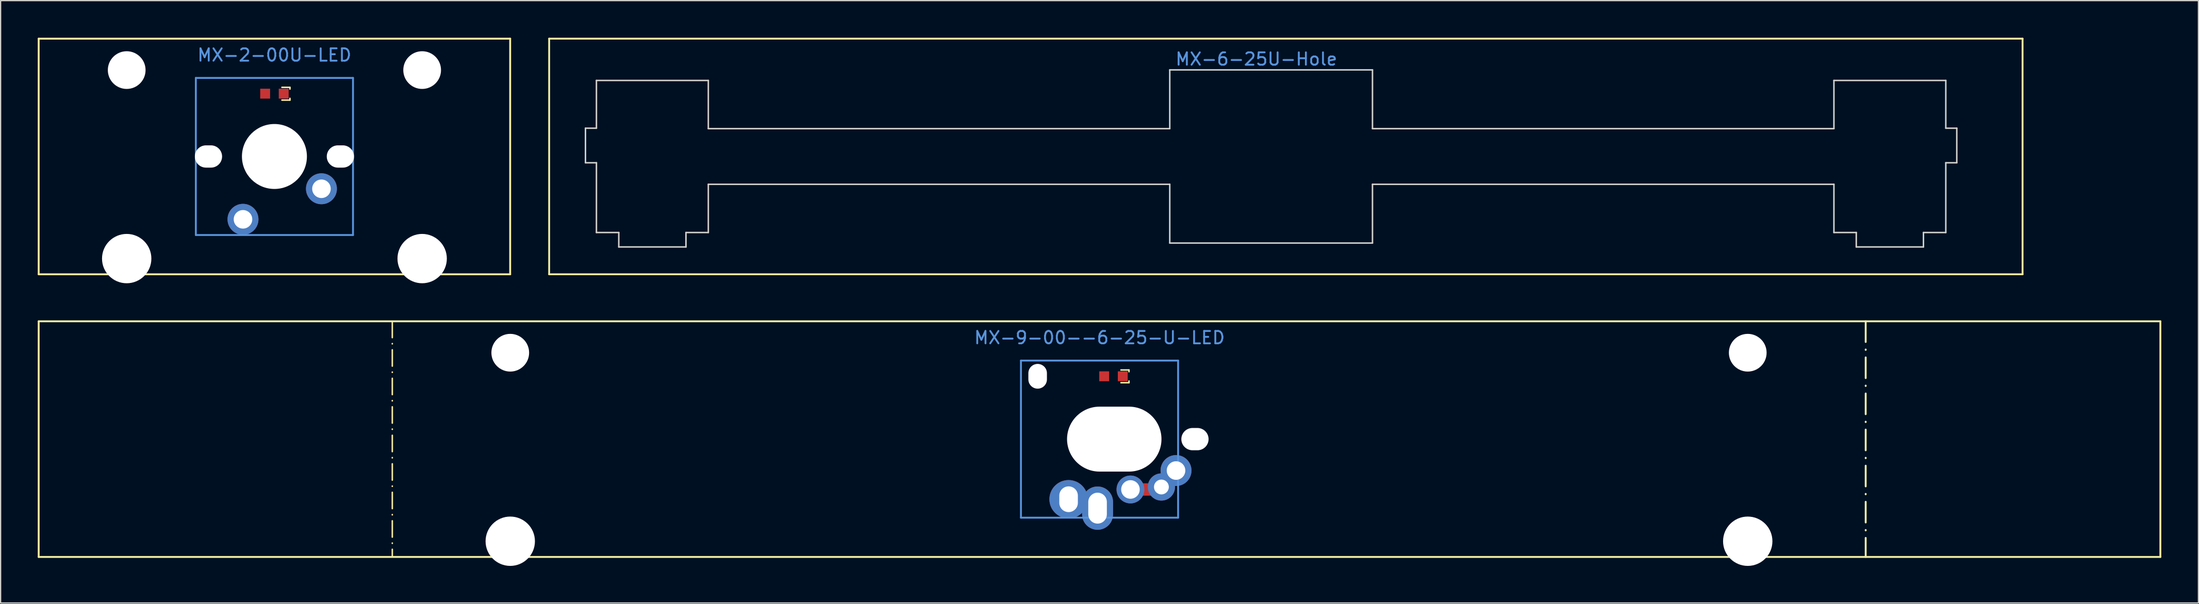
<source format=kicad_pcb>
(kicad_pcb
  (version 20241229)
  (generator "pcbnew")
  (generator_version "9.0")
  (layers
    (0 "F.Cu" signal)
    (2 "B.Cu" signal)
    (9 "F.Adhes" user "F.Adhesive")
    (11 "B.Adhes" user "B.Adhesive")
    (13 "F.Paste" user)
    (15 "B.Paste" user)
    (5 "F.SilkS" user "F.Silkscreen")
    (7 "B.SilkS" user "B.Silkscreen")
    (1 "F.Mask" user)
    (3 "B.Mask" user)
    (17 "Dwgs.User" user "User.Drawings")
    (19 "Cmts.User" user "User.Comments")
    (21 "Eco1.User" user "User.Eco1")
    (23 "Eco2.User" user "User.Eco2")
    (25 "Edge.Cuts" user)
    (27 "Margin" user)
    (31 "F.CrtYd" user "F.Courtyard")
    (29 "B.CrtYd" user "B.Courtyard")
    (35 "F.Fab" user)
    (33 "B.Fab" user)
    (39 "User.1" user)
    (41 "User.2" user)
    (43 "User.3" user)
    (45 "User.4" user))
  (footprint "MX-6-25U-Hole"
    (layer "F.Cu")
    (at 98.477 9.6)
    (property "Reference" "MX-6-25U-Hole" (at 0 -7.874 0) (layer "Cmts.User") (effects (font (size 1 1) (thickness 0.15))))
    (attr through_hole)
    (fp_line (start -57.15 -9.525) (end 61.913 -9.525) (stroke (width 0.15) (type solid)) (layer "F.SilkS"))
    (fp_line (start -57.15 9.525) (end -57.15 -9.525) (stroke (width 0.15) (type solid)) (layer "F.SilkS"))
    (fp_line (start 61.913 -9.525) (end 61.913 9.525) (stroke (width 0.15) (type solid)) (layer "F.SilkS"))
    (fp_line (start 61.913 9.525) (end -57.15 9.525) (stroke (width 0.15) (type solid)) (layer "F.SilkS"))
    (fp_line (start -54.216 -2.286) (end -54.216 0.508) (stroke (width 0.12) (type solid)) (layer "Edge.Cuts"))
    (fp_line (start -53.33 -6.147) (end -53.33 -2.286) (stroke (width 0.12) (type solid)) (layer "Edge.Cuts"))
    (fp_line (start -53.33 -2.286) (end -54.216 -2.286) (stroke (width 0.12) (type solid)) (layer "Edge.Cuts"))
    (fp_line (start -53.33 0.508) (end -54.216 0.508) (stroke (width 0.12) (type solid)) (layer "Edge.Cuts"))
    (fp_line (start -53.33 0.508) (end -53.33 6.147) (stroke (width 0.12) (type solid)) (layer "Edge.Cuts"))
    (fp_line (start -51.524 6.147) (end -53.33 6.147) (stroke (width 0.12) (type solid)) (layer "Edge.Cuts"))
    (fp_line (start -51.524 6.147) (end -51.524 7.315) (stroke (width 0.12) (type solid)) (layer "Edge.Cuts"))
    (fp_line (start -46.095 6.147) (end -46.095 7.315) (stroke (width 0.12) (type solid)) (layer "Edge.Cuts"))
    (fp_line (start -46.095 7.315) (end -51.524 7.315) (stroke (width 0.12) (type solid)) (layer "Edge.Cuts"))
    (fp_line (start -44.289 -6.147) (end -53.33 -6.147) (stroke (width 0.12) (type solid)) (layer "Edge.Cuts"))
    (fp_line (start -44.289 -6.147) (end -44.289 -2.25) (stroke (width 0.12) (type solid)) (layer "Edge.Cuts"))
    (fp_line (start -44.289 -2.25) (end -7 -2.25) (stroke (width 0.12) (type solid)) (layer "Edge.Cuts"))
    (fp_line (start -44.289 2.25) (end -7 2.25) (stroke (width 0.12) (type solid)) (layer "Edge.Cuts"))
    (fp_line (start -44.289 6.147) (end -46.095 6.147) (stroke (width 0.12) (type solid)) (layer "Edge.Cuts"))
    (fp_line (start -44.289 6.147) (end -44.289 2.25) (stroke (width 0.12) (type solid)) (layer "Edge.Cuts"))
    (fp_line (start -7 -7) (end -7 -2.25) (stroke (width 0.12) (type solid)) (layer "Edge.Cuts"))
    (fp_line (start -7 -7) (end 9.381 -7) (stroke (width 0.12) (type solid)) (layer "Edge.Cuts"))
    (fp_line (start -7 7) (end -7 2.25) (stroke (width 0.12) (type solid)) (layer "Edge.Cuts"))
    (fp_line (start -7 7) (end 9.381 7) (stroke (width 0.12) (type solid)) (layer "Edge.Cuts"))
    (fp_line (start 9.381 -7) (end 9.381 -2.25) (stroke (width 0.12) (type solid)) (layer "Edge.Cuts"))
    (fp_line (start 9.381 7) (end 9.381 2.25) (stroke (width 0.12) (type solid)) (layer "Edge.Cuts"))
    (fp_line (start 46.67 -6.147) (end 46.67 -2.25) (stroke (width 0.12) (type solid)) (layer "Edge.Cuts"))
    (fp_line (start 46.67 -6.147) (end 55.711 -6.147) (stroke (width 0.12) (type solid)) (layer "Edge.Cuts"))
    (fp_line (start 46.67 -2.25) (end 9.381 -2.25) (stroke (width 0.12) (type solid)) (layer "Edge.Cuts"))
    (fp_line (start 46.67 2.25) (end 9.381 2.25) (stroke (width 0.12) (type solid)) (layer "Edge.Cuts"))
    (fp_line (start 46.67 6.147) (end 46.67 2.25) (stroke (width 0.12) (type solid)) (layer "Edge.Cuts"))
    (fp_line (start 46.67 6.147) (end 48.476 6.147) (stroke (width 0.12) (type solid)) (layer "Edge.Cuts"))
    (fp_line (start 48.476 6.147) (end 48.476 7.315) (stroke (width 0.12) (type solid)) (layer "Edge.Cuts"))
    (fp_line (start 48.476 7.315) (end 53.905 7.315) (stroke (width 0.12) (type solid)) (layer "Edge.Cuts"))
    (fp_line (start 53.905 6.147) (end 53.905 7.315) (stroke (width 0.12) (type solid)) (layer "Edge.Cuts"))
    (fp_line (start 53.905 6.147) (end 55.711 6.147) (stroke (width 0.12) (type solid)) (layer "Edge.Cuts"))
    (fp_line (start 55.711 -6.147) (end 55.711 -2.286) (stroke (width 0.12) (type solid)) (layer "Edge.Cuts"))
    (fp_line (start 55.711 -2.286) (end 56.598 -2.286) (stroke (width 0.12) (type solid)) (layer "Edge.Cuts"))
    (fp_line (start 55.711 0.508) (end 55.711 6.147) (stroke (width 0.12) (type solid)) (layer "Edge.Cuts"))
    (fp_line (start 55.711 0.508) (end 56.598 0.508) (stroke (width 0.12) (type solid)) (layer "Edge.Cuts"))
    (fp_line (start 56.598 -2.286) (end 56.598 0.508) (stroke (width 0.12) (type solid)) (layer "Edge.Cuts")))
  (footprint "MX-2-00U-LED"
    (layer "F.Cu")
    (at 19.126 4.521)
    (property "Reference" "MX-2-00U-LED" (at 0 -3.12 0) (layer "Cmts.User") (effects (font (size 1 1) (thickness 0.15))))
    (fp_line (start -19.05 -4.445) (end 19.05 -4.445) (stroke (width 0.152) (type solid)) (layer "F.SilkS"))
    (fp_line (start -19.05 14.605) (end -19.05 -4.445) (stroke (width 0.152) (type solid)) (layer "F.SilkS"))
    (fp_line (start 0.605 -0.51) (end 1.255 -0.51) (stroke (width 0.12) (type solid)) (layer "F.SilkS"))
    (fp_line (start 0.605 0.52) (end 1.255 0.52) (stroke (width 0.12) (type solid)) (layer "F.SilkS"))
    (fp_line (start 1.255 -0.51) (end 1.255 -0.37) (stroke (width 0.12) (type solid)) (layer "F.SilkS"))
    (fp_line (start 1.255 0.52) (end 1.255 0.38) (stroke (width 0.12) (type solid)) (layer "F.SilkS"))
    (fp_line (start 19.05 -4.445) (end 19.05 14.605) (stroke (width 0.152) (type solid)) (layer "F.SilkS"))
    (fp_line (start 19.05 14.605) (end -19.05 14.605) (stroke (width 0.152) (type solid)) (layer "F.SilkS"))
    (fp_line (start -6.35 -1.27) (end 6.35 -1.27) (stroke (width 0.152) (type solid)) (layer "Cmts.User"))
    (fp_line (start -6.35 11.43) (end -6.35 -1.27) (stroke (width 0.152) (type solid)) (layer "Cmts.User"))
    (fp_line (start 6.35 -1.27) (end 6.35 11.43) (stroke (width 0.152) (type solid)) (layer "Cmts.User"))
    (fp_line (start 6.35 11.43) (end -6.35 11.43) (stroke (width 0.152) (type solid)) (layer "Cmts.User"))
    (pad "" np_thru_hole circle (at -11.938 -1.905 180) (size 3.048 3.048) (drill 3.048) (layers "*.Cu" "*.Mask"))
    (pad "" np_thru_hole circle (at -11.938 13.335 180) (size 3.988 3.988) (drill 3.988) (layers "*.Cu" "*.Mask"))
    (pad "" np_thru_hole oval (at -5.33 5.08 270) (size 1.8 2.2) (drill oval 1.8 2.2) (layers "*.Cu" "*.Mask"))
    (pad "" np_thru_hole circle (at 0 5.08 180) (size 5.25 5.25) (drill 5.25) (layers "*.Cu" "*.Mask"))
    (pad "" np_thru_hole oval (at 5.33 5.08 270) (size 1.8 2.2) (drill oval 1.8 2.2) (layers "*.Cu" "*.Mask"))
    (pad "" np_thru_hole circle (at 11.938 -1.905 180) (size 3.048 3.048) (drill 3.048) (layers "*.Cu" "*.Mask"))
    (pad "" np_thru_hole circle (at 11.938 13.335 180) (size 3.988 3.988) (drill 3.988) (layers "*.Cu" "*.Mask"))
    (pad "1" thru_hole circle (at -2.54 10.16 90) (size 2.5 2.5) (drill 1.499) (layers "*.Cu" "*.Mask"))
    (pad "2" thru_hole circle (at 3.8 7.69 225) (size 2.5 2.5) (drill 1.499) (layers "*.Cu" "*.Mask"))
    (pad "3" smd rect (at 0.75 0 90) (size 0.8 0.8) (layers "F.Cu" "F.Mask" "F.Paste"))
    (pad "4" smd rect (at -0.75 0 90) (size 0.8 0.8) (layers "F.Cu" "F.Mask" "F.Paste")))
  (footprint "MX-9-00--6-25-U-LED"
    (layer "F.Cu")
    (at 86.992 27.371)
    (property "Reference" "MX-9-00--6-25-U-LED" (at -1.191 -3.12 0) (layer "Cmts.User") (effects (font (size 1 1) (thickness 0.15))))
    (fp_line (start -86.916 -4.445) (end 84.534 -4.445) (stroke (width 0.152) (type solid)) (layer "F.SilkS"))
    (fp_line (start -86.916 14.605) (end -86.916 -4.445) (stroke (width 0.152) (type solid)) (layer "F.SilkS"))
    (fp_line (start -58.341 -4.445) (end -58.341 14.605) (stroke (width 0.12) (type dash_dot)) (layer "F.SilkS"))
    (fp_line (start 0.541 -0.51) (end 1.191 -0.51) (stroke (width 0.12) (type solid)) (layer "F.SilkS"))
    (fp_line (start 0.541 0.52) (end 1.191 0.52) (stroke (width 0.12) (type solid)) (layer "F.SilkS"))
    (fp_line (start 1.191 -0.51) (end 1.191 -0.37) (stroke (width 0.12) (type solid)) (layer "F.SilkS"))
    (fp_line (start 1.191 0.52) (end 1.191 0.38) (stroke (width 0.12) (type solid)) (layer "F.SilkS"))
    (fp_line (start 60.722 -4.445) (end 60.722 14.605) (stroke (width 0.152) (type dash_dot)) (layer "F.SilkS"))
    (fp_line (start 84.534 -4.445) (end 84.534 14.605) (stroke (width 0.152) (type solid)) (layer "F.SilkS"))
    (fp_line (start 84.534 14.605) (end -86.916 14.605) (stroke (width 0.152) (type solid)) (layer "F.SilkS"))
    (fp_line (start -7.541 -1.27) (end 5.159 -1.27) (stroke (width 0.152) (type solid)) (layer "Cmts.User"))
    (fp_line (start -7.541 11.43) (end -7.541 -1.27) (stroke (width 0.152) (type solid)) (layer "Cmts.User"))
    (fp_line (start 5.159 -1.27) (end 5.159 11.43) (stroke (width 0.152) (type solid)) (layer "Cmts.User"))
    (fp_line (start 5.159 11.43) (end -7.541 11.43) (stroke (width 0.152) (type solid)) (layer "Cmts.User"))
    (pad "" np_thru_hole circle (at -48.809 -1.905 180) (size 3.048 3.048) (drill 3.048) (layers "*.Cu" "*.Mask"))
    (pad "" np_thru_hole circle (at -48.809 13.335 180) (size 3.988 3.988) (drill 3.988) (layers "*.Cu" "*.Mask"))
    (pad "" np_thru_hole oval (at -6.191 0 270) (size 2 1.5) (drill oval 2 1.5) (layers "*.Cu" "*.Mask"))
    (pad "" np_thru_hole oval (at 0 5.08 180) (size 7.631 5.25) (drill oval 7.631 5.25) (layers "*.Cu" "*.Mask"))
    (pad "" np_thru_hole oval (at 6.521 5.08 270) (size 1.8 2.2) (drill oval 1.8 2.2) (layers "*.Cu" "*.Mask"))
    (pad "" np_thru_hole circle (at 51.191 -1.905 180) (size 3.048 3.048) (drill 3.048) (layers "*.Cu" "*.Mask"))
    (pad "" np_thru_hole circle (at 51.191 13.335 180) (size 3.988 3.988) (drill 3.988) (layers "*.Cu" "*.Mask"))
    (pad "1" thru_hole circle (at -3.691 9.94) (size 3.1 3.1) (drill oval 1.5 2.08) (layers "*.Cu" "*.Mask"))
    (pad "1" thru_hole oval (at -1.349 10.66) (size 2.5 3.5) (drill oval 1.5 2.5) (layers "*.Cu" "*.Mask"))
    (pad "2" thru_hole circle (at 1.309 9.15 90) (size 2.25 2.25) (drill 1.5) (layers "*.Cu" "*.Mask"))
    (pad "2" smd rect (at 2.559 9.15 90) (size 1 1) (layers "F.Cu" "F.Mask" "F.Paste"))
    (pad "2" thru_hole circle (at 3.809 8.95 270) (size 2.2 2.2) (drill 1.2) (layers "*.Cu" "*.Mask"))
    (pad "2" thru_hole circle (at 4.991 7.62 90) (size 2.5 2.5) (drill 1.5) (layers "*.Cu" "*.Mask"))
    (pad "3" smd rect (at 0.686 0 90) (size 0.8 0.8) (layers "F.Cu" "F.Mask" "F.Paste"))
    (pad "4" smd rect (at -0.814 0 90) (size 0.8 0.8) (layers "F.Cu" "F.Mask" "F.Paste")))
  (gr_rect
    (start -3 -3)
    (end 174.602 45.7)
    (stroke (width 0.1) (type default))
    (fill no)
    (layer "Edge.Cuts")))
</source>
